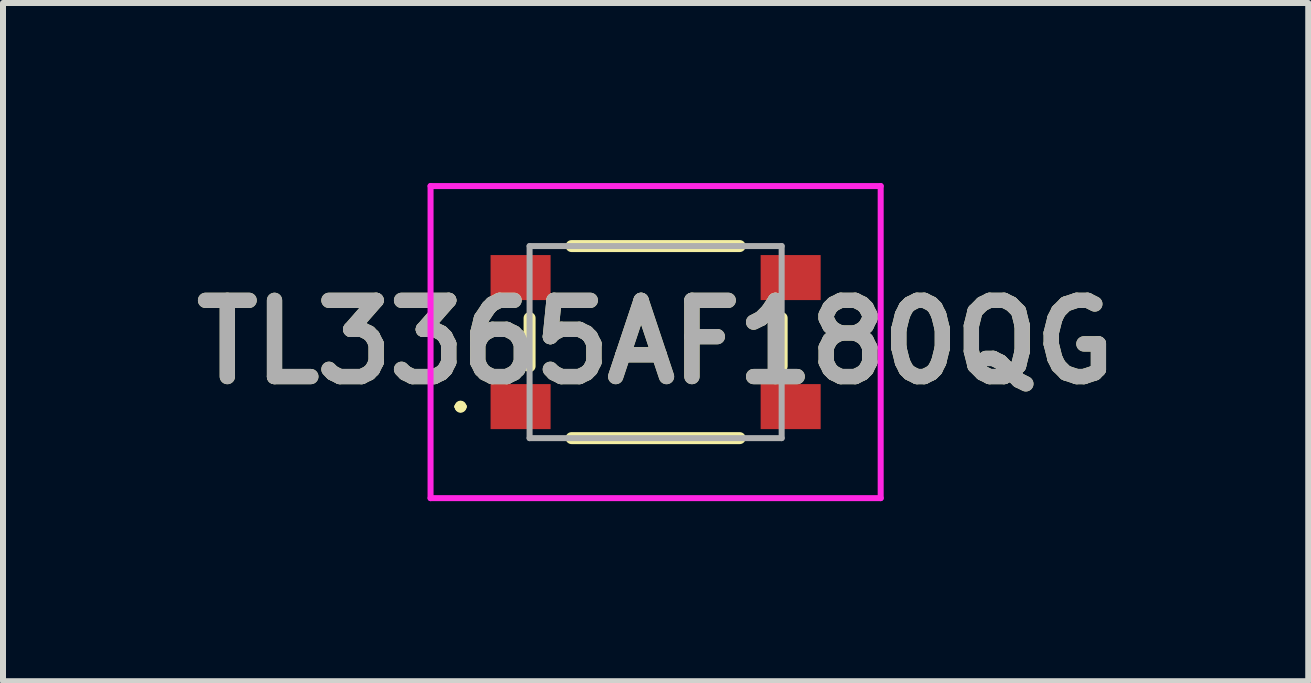
<source format=kicad_pcb>
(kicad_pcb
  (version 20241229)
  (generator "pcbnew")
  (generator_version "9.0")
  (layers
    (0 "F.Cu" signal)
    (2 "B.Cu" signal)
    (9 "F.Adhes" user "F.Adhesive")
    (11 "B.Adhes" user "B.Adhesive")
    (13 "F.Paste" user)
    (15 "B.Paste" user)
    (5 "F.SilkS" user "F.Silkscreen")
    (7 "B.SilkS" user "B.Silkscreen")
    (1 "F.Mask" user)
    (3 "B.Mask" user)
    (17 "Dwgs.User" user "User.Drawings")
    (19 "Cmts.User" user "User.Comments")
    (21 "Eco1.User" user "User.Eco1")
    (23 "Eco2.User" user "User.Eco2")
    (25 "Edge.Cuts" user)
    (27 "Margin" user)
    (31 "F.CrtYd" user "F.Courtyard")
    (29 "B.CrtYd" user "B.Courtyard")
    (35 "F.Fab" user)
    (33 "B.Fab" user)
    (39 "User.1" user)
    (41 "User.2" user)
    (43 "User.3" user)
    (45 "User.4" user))
  (footprint "TL3365AF180QG"
    (layer "F.Cu")
    (at 7.874 2.65)
    (property "Reference" "TL3365AF180QG" (at 0 0 0) (layer "F.SilkS") (effects (font (size 1.27 1.27) (thickness 0.254))))
    (attr smd)
    (fp_line (start -3.3 1.075) (end -3.3 1.075) (stroke (width 0.1) (type solid)) (layer "F.SilkS"))
    (fp_line (start -3.3 1.075) (end -3.3 1.075) (stroke (width 0.1) (type solid)) (layer "F.SilkS"))
    (fp_line (start -3.2 1.075) (end -3.2 1.075) (stroke (width 0.1) (type solid)) (layer "F.SilkS"))
    (fp_line (start -2.1 -0.4) (end -2.1 0.4) (stroke (width 0.2) (type solid)) (layer "F.SilkS"))
    (fp_line (start -1.4 -1.6) (end 1.4 -1.6) (stroke (width 0.2) (type solid)) (layer "F.SilkS"))
    (fp_line (start -1.4 1.6) (end 1.4 1.6) (stroke (width 0.2) (type solid)) (layer "F.SilkS"))
    (fp_line (start 2.1 -0.4) (end 2.1 0.4) (stroke (width 0.2) (type solid)) (layer "F.SilkS"))
    (fp_arc (start -3.3 1.075) (mid -3.25 1.025) (end -3.2 1.075) (stroke (width 0.1) (type solid)) (layer "F.SilkS"))
    (fp_arc (start -3.2 1.075) (mid -3.25 1.125) (end -3.3 1.075) (stroke (width 0.1) (type solid)) (layer "F.SilkS"))
    (fp_arc (start -3.2 1.075) (mid -3.25 1.125) (end -3.3 1.075) (stroke (width 0.1) (type solid)) (layer "F.SilkS"))
    (fp_line (start -3.75 -2.6) (end 3.75 -2.6) (stroke (width 0.1) (type solid)) (layer "F.CrtYd"))
    (fp_line (start -3.75 2.6) (end -3.75 -2.6) (stroke (width 0.1) (type solid)) (layer "F.CrtYd"))
    (fp_line (start 3.75 -2.6) (end 3.75 2.6) (stroke (width 0.1) (type solid)) (layer "F.CrtYd"))
    (fp_line (start 3.75 2.6) (end -3.75 2.6) (stroke (width 0.1) (type solid)) (layer "F.CrtYd"))
    (fp_line (start -2.1 -1.6) (end -2.1 1.6) (stroke (width 0.1) (type solid)) (layer "F.Fab"))
    (fp_line (start -2.1 1.6) (end 2.1 1.6) (stroke (width 0.1) (type solid)) (layer "F.Fab"))
    (fp_line (start 2.1 -1.6) (end -2.1 -1.6) (stroke (width 0.1) (type solid)) (layer "F.Fab"))
    (fp_line (start 2.1 1.6) (end 2.1 -1.6) (stroke (width 0.1) (type solid)) (layer "F.Fab"))
    (fp_text user "${REFERENCE}" (at 0 0 0) (layer "F.Fab") (effects (font (size 1.27 1.27) (thickness 0.254))))
    (pad "1" smd rect (at -2.25 1.075 90) (size 0.75 1) (layers "F.Cu" "F.Mask" "F.Paste"))
    (pad "2" smd rect (at 2.25 1.075 90) (size 0.75 1) (layers "F.Cu" "F.Mask" "F.Paste"))
    (pad "3" smd rect (at -2.25 -1.075 90) (size 0.75 1) (layers "F.Cu" "F.Mask" "F.Paste"))
    (pad "4" smd rect (at 2.25 -1.075 90) (size 0.75 1) (layers "F.Cu" "F.Mask" "F.Paste")))
  (gr_rect
    (start -3 -3)
    (end 18.748 8.3)
    (stroke (width 0.1) (type default))
    (fill no)
    (layer "Edge.Cuts")))
</source>
